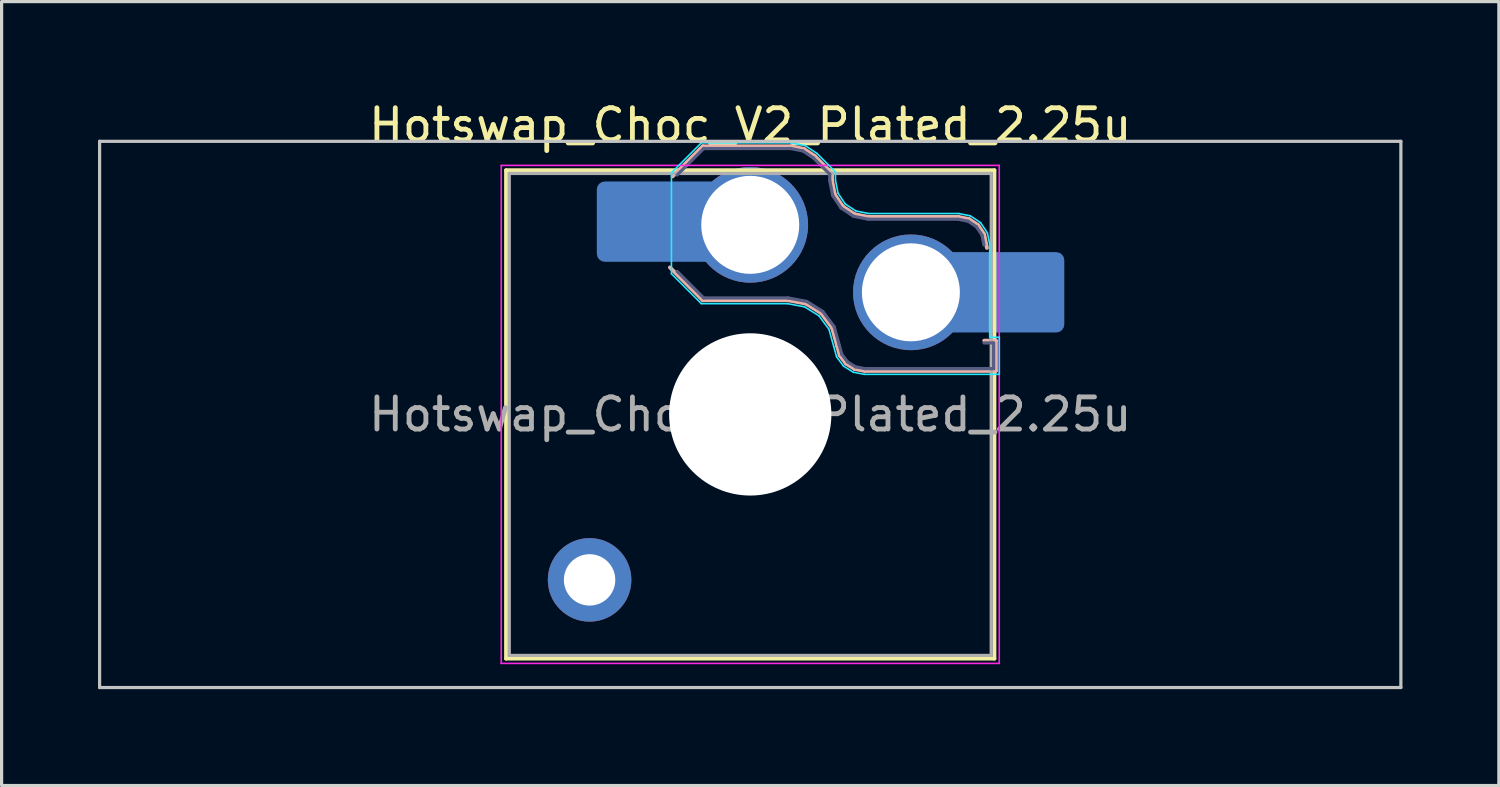
<source format=kicad_pcb>
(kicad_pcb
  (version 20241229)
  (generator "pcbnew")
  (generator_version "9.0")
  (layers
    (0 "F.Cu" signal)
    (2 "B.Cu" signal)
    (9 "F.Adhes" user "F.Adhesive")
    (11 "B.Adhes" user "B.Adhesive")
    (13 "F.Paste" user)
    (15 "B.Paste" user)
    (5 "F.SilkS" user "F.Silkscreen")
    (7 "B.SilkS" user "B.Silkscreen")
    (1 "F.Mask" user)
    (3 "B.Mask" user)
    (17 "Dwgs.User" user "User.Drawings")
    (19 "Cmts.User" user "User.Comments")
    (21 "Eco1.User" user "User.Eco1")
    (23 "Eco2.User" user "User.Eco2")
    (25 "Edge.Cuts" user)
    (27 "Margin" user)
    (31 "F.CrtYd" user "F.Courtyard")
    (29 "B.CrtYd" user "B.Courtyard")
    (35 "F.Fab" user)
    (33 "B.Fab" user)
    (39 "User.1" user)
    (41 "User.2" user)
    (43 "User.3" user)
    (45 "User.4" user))
  (footprint "Hotswap_Choc_V2_Plated_2.25u"
    (layer "F.Cu")
    (at 20.3 9.848)
    (property "Reference" "Hotswap_Choc_V2_Plated_2.25u" (at 0 -9 0) (layer "F.SilkS") (effects (font (size 1 1) (thickness 0.15))))
    (attr smd)
    (fp_line (start -7.6 -7.6) (end -7.6 7.6) (stroke (width 0.12) (type solid)) (layer "F.SilkS"))
    (fp_line (start -7.6 7.6) (end 7.6 7.6) (stroke (width 0.12) (type solid)) (layer "F.SilkS"))
    (fp_line (start 7.6 -7.6) (end -7.6 -7.6) (stroke (width 0.12) (type solid)) (layer "F.SilkS"))
    (fp_line (start 7.6 7.6) (end 7.6 -7.6) (stroke (width 0.12) (type solid)) (layer "F.SilkS"))
    (fp_line (start -2.416 -7.409) (end -1.479 -8.346) (stroke (width 0.12) (type solid)) (layer "B.SilkS"))
    (fp_line (start -1.479 -8.346) (end 1.268 -8.346) (stroke (width 0.12) (type solid)) (layer "B.SilkS"))
    (fp_line (start -1.479 -3.554) (end -2.5 -4.575) (stroke (width 0.12) (type solid)) (layer "B.SilkS"))
    (fp_line (start 1.168 -3.554) (end -1.479 -3.554) (stroke (width 0.12) (type solid)) (layer "B.SilkS"))
    (fp_line (start 1.268 -8.346) (end 1.671 -8.266) (stroke (width 0.12) (type solid)) (layer "B.SilkS"))
    (fp_line (start 1.671 -8.266) (end 2.013 -8.037) (stroke (width 0.12) (type solid)) (layer "B.SilkS"))
    (fp_line (start 1.73 -3.449) (end 1.168 -3.554) (stroke (width 0.12) (type solid)) (layer "B.SilkS"))
    (fp_line (start 2.013 -8.037) (end 2.546 -7.504) (stroke (width 0.12) (type solid)) (layer "B.SilkS"))
    (fp_line (start 2.209 -3.15) (end 1.73 -3.449) (stroke (width 0.12) (type solid)) (layer "B.SilkS"))
    (fp_line (start 2.546 -7.504) (end 2.546 -7.282) (stroke (width 0.12) (type solid)) (layer "B.SilkS"))
    (fp_line (start 2.546 -7.282) (end 2.633 -6.844) (stroke (width 0.12) (type solid)) (layer "B.SilkS"))
    (fp_line (start 2.547 -2.697) (end 2.209 -3.15) (stroke (width 0.12) (type solid)) (layer "B.SilkS"))
    (fp_line (start 2.633 -6.844) (end 2.877 -6.477) (stroke (width 0.12) (type solid)) (layer "B.SilkS"))
    (fp_line (start 2.701 -2.139) (end 2.547 -2.697) (stroke (width 0.12) (type solid)) (layer "B.SilkS"))
    (fp_line (start 2.783 -1.841) (end 2.701 -2.139) (stroke (width 0.12) (type solid)) (layer "B.SilkS"))
    (fp_line (start 2.877 -6.477) (end 3.244 -6.233) (stroke (width 0.12) (type solid)) (layer "B.SilkS"))
    (fp_line (start 2.976 -1.583) (end 2.783 -1.841) (stroke (width 0.12) (type solid)) (layer "B.SilkS"))
    (fp_line (start 3.244 -6.233) (end 3.682 -6.146) (stroke (width 0.12) (type solid)) (layer "B.SilkS"))
    (fp_line (start 3.25 -1.413) (end 2.976 -1.583) (stroke (width 0.12) (type solid)) (layer "B.SilkS"))
    (fp_line (start 3.56 -1.354) (end 3.25 -1.413) (stroke (width 0.12) (type solid)) (layer "B.SilkS"))
    (fp_line (start 3.682 -6.146) (end 6.482 -6.146) (stroke (width 0.12) (type solid)) (layer "B.SilkS"))
    (fp_line (start 6.482 -6.146) (end 6.809 -6.081) (stroke (width 0.12) (type solid)) (layer "B.SilkS"))
    (fp_line (start 6.809 -6.081) (end 7.092 -5.892) (stroke (width 0.12) (type solid)) (layer "B.SilkS"))
    (fp_line (start 7.092 -5.892) (end 7.281 -5.609) (stroke (width 0.12) (type solid)) (layer "B.SilkS"))
    (fp_line (start 7.281 -5.609) (end 7.366 -5.182) (stroke (width 0.12) (type solid)) (layer "B.SilkS"))
    (fp_line (start 7.283 -2.296) (end 7.646 -2.296) (stroke (width 0.12) (type solid)) (layer "B.SilkS"))
    (fp_line (start 7.646 -2.296) (end 7.646 -1.354) (stroke (width 0.12) (type solid)) (layer "B.SilkS"))
    (fp_line (start 7.646 -1.354) (end 3.56 -1.354) (stroke (width 0.12) (type solid)) (layer "B.SilkS"))
    (fp_line (start -20.25 -8.5) (end -20.25 8.5) (stroke (width 0.1) (type solid)) (layer "Dwgs.User"))
    (fp_line (start -20.25 8.5) (end 20.25 8.5) (stroke (width 0.1) (type solid)) (layer "Dwgs.User"))
    (fp_line (start 20.25 -8.5) (end -20.25 -8.5) (stroke (width 0.1) (type solid)) (layer "Dwgs.User"))
    (fp_line (start 20.25 8.5) (end 20.25 -8.5) (stroke (width 0.1) (type solid)) (layer "Dwgs.User"))
    (fp_line (start -7.25 -7.25) (end -7.25 7.25) (stroke (width 0.1) (type solid)) (layer "Eco1.User"))
    (fp_line (start -7.25 7.25) (end 7.25 7.25) (stroke (width 0.1) (type solid)) (layer "Eco1.User"))
    (fp_line (start 7.25 -7.25) (end -7.25 -7.25) (stroke (width 0.1) (type solid)) (layer "Eco1.User"))
    (fp_line (start 7.25 7.25) (end 7.25 -7.25) (stroke (width 0.1) (type solid)) (layer "Eco1.User"))
    (fp_line (start -2.452 -7.523) (end -1.523 -8.452) (stroke (width 0.05) (type solid)) (layer "B.CrtYd"))
    (fp_line (start -2.452 -4.377) (end -2.452 -7.523) (stroke (width 0.05) (type solid)) (layer "B.CrtYd"))
    (fp_line (start -1.523 -8.452) (end 1.278 -8.452) (stroke (width 0.05) (type solid)) (layer "B.CrtYd"))
    (fp_line (start -1.523 -3.448) (end -2.452 -4.377) (stroke (width 0.05) (type solid)) (layer "B.CrtYd"))
    (fp_line (start 1.159 -3.448) (end -1.523 -3.448) (stroke (width 0.05) (type solid)) (layer "B.CrtYd"))
    (fp_line (start 1.278 -8.452) (end 1.712 -8.366) (stroke (width 0.05) (type solid)) (layer "B.CrtYd"))
    (fp_line (start 1.691 -3.348) (end 1.159 -3.448) (stroke (width 0.05) (type solid)) (layer "B.CrtYd"))
    (fp_line (start 1.712 -8.366) (end 2.081 -8.119) (stroke (width 0.05) (type solid)) (layer "B.CrtYd"))
    (fp_line (start 2.081 -8.119) (end 2.652 -7.548) (stroke (width 0.05) (type solid)) (layer "B.CrtYd"))
    (fp_line (start 2.136 -3.071) (end 1.691 -3.348) (stroke (width 0.05) (type solid)) (layer "B.CrtYd"))
    (fp_line (start 2.45 -2.65) (end 2.136 -3.071) (stroke (width 0.05) (type solid)) (layer "B.CrtYd"))
    (fp_line (start 2.599 -2.111) (end 2.45 -2.65) (stroke (width 0.05) (type solid)) (layer "B.CrtYd"))
    (fp_line (start 2.652 -7.548) (end 2.652 -7.292) (stroke (width 0.05) (type solid)) (layer "B.CrtYd"))
    (fp_line (start 2.652 -7.292) (end 2.733 -6.885) (stroke (width 0.05) (type solid)) (layer "B.CrtYd"))
    (fp_line (start 2.687 -1.794) (end 2.599 -2.111) (stroke (width 0.05) (type solid)) (layer "B.CrtYd"))
    (fp_line (start 2.733 -6.885) (end 2.953 -6.553) (stroke (width 0.05) (type solid)) (layer "B.CrtYd"))
    (fp_line (start 2.903 -1.503) (end 2.687 -1.794) (stroke (width 0.05) (type solid)) (layer "B.CrtYd"))
    (fp_line (start 2.953 -6.553) (end 3.285 -6.333) (stroke (width 0.05) (type solid)) (layer "B.CrtYd"))
    (fp_line (start 3.211 -1.312) (end 2.903 -1.503) (stroke (width 0.05) (type solid)) (layer "B.CrtYd"))
    (fp_line (start 3.285 -6.333) (end 3.692 -6.252) (stroke (width 0.05) (type solid)) (layer "B.CrtYd"))
    (fp_line (start 3.55 -1.248) (end 3.211 -1.312) (stroke (width 0.05) (type solid)) (layer "B.CrtYd"))
    (fp_line (start 3.692 -6.252) (end 6.492 -6.252) (stroke (width 0.05) (type solid)) (layer "B.CrtYd"))
    (fp_line (start 6.492 -6.252) (end 6.85 -6.181) (stroke (width 0.05) (type solid)) (layer "B.CrtYd"))
    (fp_line (start 6.85 -6.181) (end 7.168 -5.968) (stroke (width 0.05) (type solid)) (layer "B.CrtYd"))
    (fp_line (start 7.168 -5.968) (end 7.381 -5.65) (stroke (width 0.05) (type solid)) (layer "B.CrtYd"))
    (fp_line (start 7.381 -5.65) (end 7.452 -5.292) (stroke (width 0.05) (type solid)) (layer "B.CrtYd"))
    (fp_line (start 7.452 -5.292) (end 7.452 -2.402) (stroke (width 0.05) (type solid)) (layer "B.CrtYd"))
    (fp_line (start 7.452 -2.402) (end 7.752 -2.402) (stroke (width 0.05) (type solid)) (layer "B.CrtYd"))
    (fp_line (start 7.752 -2.402) (end 7.752 -1.248) (stroke (width 0.05) (type solid)) (layer "B.CrtYd"))
    (fp_line (start 7.752 -1.248) (end 3.55 -1.248) (stroke (width 0.05) (type solid)) (layer "B.CrtYd"))
    (fp_line (start -7.75 -7.75) (end -7.75 7.75) (stroke (width 0.05) (type solid)) (layer "F.CrtYd"))
    (fp_line (start -7.75 7.75) (end 7.75 7.75) (stroke (width 0.05) (type solid)) (layer "F.CrtYd"))
    (fp_line (start 7.75 -7.75) (end -7.75 -7.75) (stroke (width 0.05) (type solid)) (layer "F.CrtYd"))
    (fp_line (start 7.75 7.75) (end 7.75 -7.75) (stroke (width 0.05) (type solid)) (layer "F.CrtYd"))
    (fp_line (start -2.275 -7.45) (end -1.45 -8.275) (stroke (width 0.1) (type solid)) (layer "B.Fab"))
    (fp_line (start -1.45 -8.275) (end 1.261 -8.275) (stroke (width 0.1) (type solid)) (layer "B.Fab"))
    (fp_line (start -1.45 -3.625) (end -2.275 -4.45) (stroke (width 0.1) (type solid)) (layer "B.Fab"))
    (fp_line (start 1.175 -3.625) (end -1.45 -3.625) (stroke (width 0.1) (type solid)) (layer "B.Fab"))
    (fp_line (start 1.261 -8.275) (end 1.643 -8.199) (stroke (width 0.1) (type solid)) (layer "B.Fab"))
    (fp_line (start 1.643 -8.199) (end 1.968 -7.982) (stroke (width 0.1) (type solid)) (layer "B.Fab"))
    (fp_line (start 1.756 -3.516) (end 1.175 -3.625) (stroke (width 0.1) (type solid)) (layer "B.Fab"))
    (fp_line (start 1.968 -7.982) (end 2.475 -7.475) (stroke (width 0.1) (type solid)) (layer "B.Fab"))
    (fp_line (start 2.258 -3.203) (end 1.756 -3.516) (stroke (width 0.1) (type solid)) (layer "B.Fab"))
    (fp_line (start 2.475 -7.475) (end 2.475 -7.275) (stroke (width 0.1) (type solid)) (layer "B.Fab"))
    (fp_line (start 2.475 -7.275) (end 2.566 -6.816) (stroke (width 0.1) (type solid)) (layer "B.Fab"))
    (fp_line (start 2.566 -6.816) (end 2.826 -6.426) (stroke (width 0.1) (type solid)) (layer "B.Fab"))
    (fp_line (start 2.612 -2.729) (end 2.258 -3.203) (stroke (width 0.1) (type solid)) (layer "B.Fab"))
    (fp_line (start 2.769 -2.158) (end 2.612 -2.729) (stroke (width 0.1) (type solid)) (layer "B.Fab"))
    (fp_line (start 2.826 -6.426) (end 3.216 -6.166) (stroke (width 0.1) (type solid)) (layer "B.Fab"))
    (fp_line (start 2.848 -1.873) (end 2.769 -2.158) (stroke (width 0.1) (type solid)) (layer "B.Fab"))
    (fp_line (start 3.025 -1.636) (end 2.848 -1.873) (stroke (width 0.1) (type solid)) (layer "B.Fab"))
    (fp_line (start 3.216 -6.166) (end 3.675 -6.075) (stroke (width 0.1) (type solid)) (layer "B.Fab"))
    (fp_line (start 3.276 -1.48) (end 3.025 -1.636) (stroke (width 0.1) (type solid)) (layer "B.Fab"))
    (fp_line (start 3.567 -1.425) (end 3.276 -1.48) (stroke (width 0.1) (type solid)) (layer "B.Fab"))
    (fp_line (start 3.675 -6.075) (end 6.475 -6.075) (stroke (width 0.1) (type solid)) (layer "B.Fab"))
    (fp_line (start 6.475 -6.075) (end 6.781 -6.014) (stroke (width 0.1) (type solid)) (layer "B.Fab"))
    (fp_line (start 6.781 -6.014) (end 7.041 -5.841) (stroke (width 0.1) (type solid)) (layer "B.Fab"))
    (fp_line (start 7.041 -5.841) (end 7.214 -5.581) (stroke (width 0.1) (type solid)) (layer "B.Fab"))
    (fp_line (start 7.214 -5.581) (end 7.275 -5.275) (stroke (width 0.1) (type solid)) (layer "B.Fab"))
    (fp_line (start 7.275 -2.225) (end 7.575 -2.225) (stroke (width 0.1) (type solid)) (layer "B.Fab"))
    (fp_line (start 7.575 -2.225) (end 7.575 -1.425) (stroke (width 0.1) (type solid)) (layer "B.Fab"))
    (fp_line (start 7.575 -1.425) (end 3.567 -1.425) (stroke (width 0.1) (type solid)) (layer "B.Fab"))
    (fp_line (start -7.5 -7.5) (end -7.5 7.5) (stroke (width 0.1) (type solid)) (layer "F.Fab"))
    (fp_line (start -7.5 7.5) (end 7.5 7.5) (stroke (width 0.1) (type solid)) (layer "F.Fab"))
    (fp_line (start 7.5 -7.5) (end -7.5 -7.5) (stroke (width 0.1) (type solid)) (layer "F.Fab"))
    (fp_line (start 7.5 7.5) (end 7.5 -7.5) (stroke (width 0.1) (type solid)) (layer "F.Fab"))
    (fp_text user "${REFERENCE}" (at 0 0 0) (layer "F.Fab") (effects (font (size 1 1) (thickness 0.15))))
    (pad "" thru_hole circle (at -5 5.15) (size 2.6 2.6) (drill 1.6) (layers "*.Cu" "*.Mask"))
    (pad "" smd roundrect (at -3.5 -6) (size 2.55 2.5) (layers "B.Mask" "B.Paste") (roundrect_rratio 0.1))
    (pad "" np_thru_hole circle (at 0 0) (size 5.05 5.05) (drill 5.05) (layers "*.Cu" "*.Mask"))
    (pad "" smd roundrect (at 8.5 -3.8) (size 2.55 2.5) (layers "B.Mask" "B.Paste") (roundrect_rratio 0.1))
    (pad "1" smd roundrect (at -2.85 -6) (size 3.85 2.5) (layers "B.Cu") (roundrect_rratio 0.1))
    (pad "1" thru_hole circle (at 0 -5.9) (size 3.6 3.6) (drill 3.05) (layers "*.Cu" "*.Mask"))
    (pad "2" thru_hole circle (at 5 -3.8) (size 3.6 3.6) (drill 3.05) (layers "*.Cu" "*.Mask"))
    (pad "2" smd roundrect (at 7.85 -3.8) (size 3.85 2.5) (layers "B.Cu") (roundrect_rratio 0.1)))
  (gr_rect
    (start -3 -3)
    (end 43.6 21.398)
    (stroke (width 0.1) (type default))
    (fill no)
    (layer "Edge.Cuts")))
</source>
